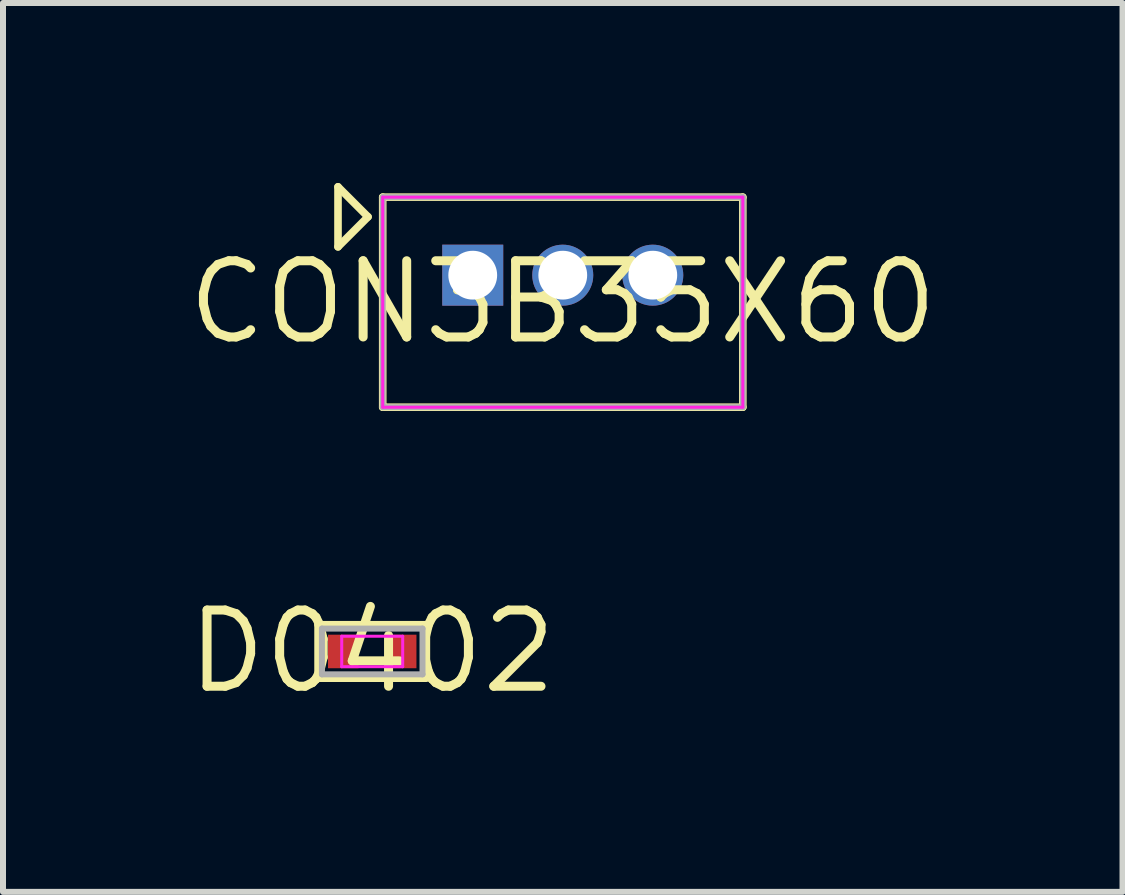
<source format=kicad_pcb>
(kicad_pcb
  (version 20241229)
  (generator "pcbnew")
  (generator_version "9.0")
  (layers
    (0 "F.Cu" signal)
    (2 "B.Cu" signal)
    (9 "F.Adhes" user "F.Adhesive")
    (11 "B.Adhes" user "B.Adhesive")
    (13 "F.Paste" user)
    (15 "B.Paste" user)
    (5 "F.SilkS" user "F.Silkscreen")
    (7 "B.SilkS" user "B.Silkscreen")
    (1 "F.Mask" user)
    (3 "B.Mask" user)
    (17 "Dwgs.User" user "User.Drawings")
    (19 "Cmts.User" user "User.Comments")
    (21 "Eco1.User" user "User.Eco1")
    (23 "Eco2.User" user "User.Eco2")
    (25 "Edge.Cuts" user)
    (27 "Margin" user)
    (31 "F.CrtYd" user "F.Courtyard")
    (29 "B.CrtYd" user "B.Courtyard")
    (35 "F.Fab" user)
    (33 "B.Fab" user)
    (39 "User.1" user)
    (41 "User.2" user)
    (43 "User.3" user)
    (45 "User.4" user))
  (footprint "CON3B35X60"
    (layer "F.Cu")
    (at 6.327 1.985)
    (property "Reference" "CON3B35X60" (at 0 0 0) (layer "F.SilkS") (effects (font (size 1.27 1.27) (thickness 0.15))))
    (fp_line (start -3.745 -1.922) (end -3.245 -1.422) (stroke (width 0.127) (type solid)) (layer "F.SilkS"))
    (fp_line (start -3.745 -0.922) (end -3.745 -1.922) (stroke (width 0.127) (type solid)) (layer "F.SilkS"))
    (fp_line (start -3.245 -1.422) (end -3.745 -0.922) (stroke (width 0.127) (type solid)) (layer "F.SilkS"))
    (fp_line (start -3 -1.75) (end 3 -1.75) (stroke (width 0.127) (type solid)) (layer "F.SilkS"))
    (fp_line (start -3 1.75) (end -3 -1.75) (stroke (width 0.127) (type solid)) (layer "F.SilkS"))
    (fp_line (start 3 -1.75) (end 3 1.75) (stroke (width 0.127) (type solid)) (layer "F.SilkS"))
    (fp_line (start 3 1.75) (end -3 1.75) (stroke (width 0.127) (type solid)) (layer "F.SilkS"))
    (fp_line (start -3 -1.75) (end -3 1.75) (stroke (width 0.05) (type solid)) (layer "F.CrtYd"))
    (fp_line (start -3 1.75) (end 3 1.75) (stroke (width 0.05) (type solid)) (layer "F.CrtYd"))
    (fp_line (start 3 -1.75) (end -3 -1.75) (stroke (width 0.05) (type solid)) (layer "F.CrtYd"))
    (fp_line (start 3 1.75) (end 3 -1.75) (stroke (width 0.05) (type solid)) (layer "F.CrtYd"))
    (fp_line (start -3 -1.75) (end 3 -1.75) (stroke (width 0.1) (type solid)) (layer "F.Fab"))
    (fp_line (start -3 1.75) (end -3 -1.75) (stroke (width 0.1) (type solid)) (layer "F.Fab"))
    (fp_line (start 3 -1.75) (end 3 1.75) (stroke (width 0.1) (type solid)) (layer "F.Fab"))
    (fp_line (start 3 1.75) (end -3 1.75) (stroke (width 0.1) (type solid)) (layer "F.Fab"))
    (pad "1" thru_hole rect (at -1.5 -0.45) (size 1.016 1.016) (drill 0.813) (layers "*.Cu" "*.Mask"))
    (pad "2" thru_hole circle (at 0 -0.45) (size 1.016 1.016) (drill 0.813) (layers "*.Cu" "*.Mask"))
    (pad "3" thru_hole circle (at 1.5 -0.45) (size 1.016 1.016) (drill 0.813) (layers "*.Cu" "*.Mask")))
  (footprint "D0402"
    (layer "F.Cu")
    (at 3.152 7.805)
    (property "Reference" "D0402" (at 0 0 180) (layer "F.SilkS") (effects (font (size 1.27 1.27) (thickness 0.15))))
    (fp_line (start -0.902 -0.445) (end 0.902 -0.445) (stroke (width 0.127) (type solid)) (layer "F.SilkS"))
    (fp_line (start -0.902 0.445) (end -0.902 -0.445) (stroke (width 0.127) (type solid)) (layer "F.SilkS"))
    (fp_line (start 0.902 -0.445) (end 0.902 0.432) (stroke (width 0.127) (type solid)) (layer "F.SilkS"))
    (fp_line (start 0.902 0.445) (end -0.902 0.445) (stroke (width 0.127) (type solid)) (layer "F.SilkS"))
    (fp_line (start -0.508 -0.254) (end 0.508 -0.254) (stroke (width 0.05) (type solid)) (layer "F.CrtYd"))
    (fp_line (start -0.508 0.254) (end -0.508 -0.254) (stroke (width 0.05) (type solid)) (layer "F.CrtYd"))
    (fp_line (start 0.508 -0.254) (end 0.508 0.254) (stroke (width 0.05) (type solid)) (layer "F.CrtYd"))
    (fp_line (start 0.508 0.254) (end -0.508 0.254) (stroke (width 0.05) (type solid)) (layer "F.CrtYd"))
    (fp_line (start -0.838 -0.381) (end 0.838 -0.381) (stroke (width 0.1) (type solid)) (layer "F.Fab"))
    (fp_line (start -0.838 0.381) (end -0.838 -0.381) (stroke (width 0.1) (type solid)) (layer "F.Fab"))
    (fp_line (start 0.838 -0.381) (end 0.838 0.381) (stroke (width 0.1) (type solid)) (layer "F.Fab"))
    (fp_line (start 0.838 0.381) (end -0.838 0.381) (stroke (width 0.1) (type solid)) (layer "F.Fab"))
    (pad "1" smd rect (at 0.483 0) (size 0.508 0.559) (layers "F.Cu" "F.Mask" "F.Paste"))
    (pad "2" smd rect (at -0.483 0) (size 0.508 0.559) (layers "F.Cu" "F.Mask" "F.Paste")))
  (gr_rect
    (start -3 -3)
    (end 15.654 11.811)
    (stroke (width 0.1) (type default))
    (fill no)
    (layer "Edge.Cuts")))
</source>
